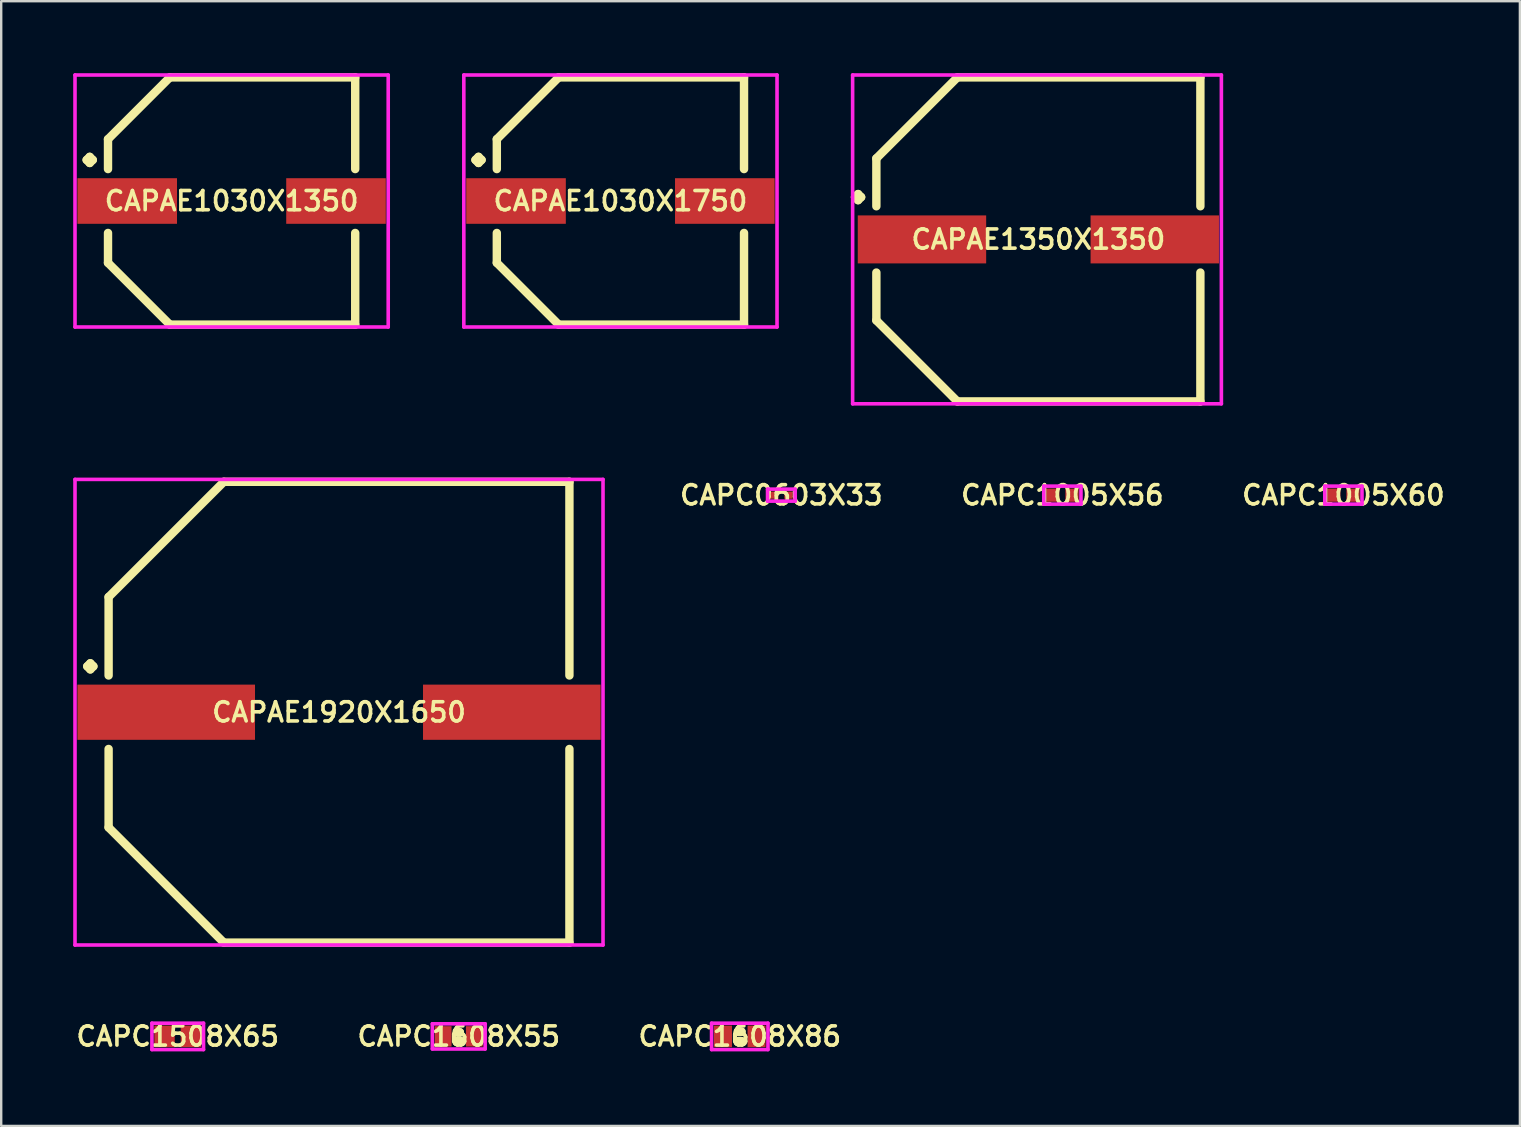
<source format=kicad_pcb>
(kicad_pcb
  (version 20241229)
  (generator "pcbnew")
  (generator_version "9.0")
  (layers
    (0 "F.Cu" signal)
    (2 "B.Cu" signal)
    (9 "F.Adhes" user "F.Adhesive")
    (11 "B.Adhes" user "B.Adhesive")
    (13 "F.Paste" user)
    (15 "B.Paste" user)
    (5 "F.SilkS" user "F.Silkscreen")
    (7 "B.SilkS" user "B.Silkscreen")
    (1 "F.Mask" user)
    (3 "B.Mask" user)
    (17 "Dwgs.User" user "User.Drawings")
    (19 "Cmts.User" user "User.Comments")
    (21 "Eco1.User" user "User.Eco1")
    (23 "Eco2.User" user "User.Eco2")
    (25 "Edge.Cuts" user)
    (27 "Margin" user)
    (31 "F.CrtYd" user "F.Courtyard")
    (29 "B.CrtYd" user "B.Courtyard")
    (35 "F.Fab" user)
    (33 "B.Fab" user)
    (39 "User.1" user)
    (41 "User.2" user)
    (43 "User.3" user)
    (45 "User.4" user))
  (footprint "CAPC1005X56"
    (layer "F.Cu")
    (at 41.214 17.581)
    (property "Reference" "CAPC1005X56" (at 0 0 0) (layer "F.SilkS") (effects (font (size 0.8 0.8) (thickness 0.15))))
    (attr smd)
    (fp_line (start -0.775 -0.375) (end 0.775 -0.375) (stroke (width 0.15) (type solid)) (layer "F.CrtYd"))
    (fp_line (start -0.775 0.375) (end -0.775 -0.375) (stroke (width 0.15) (type solid)) (layer "F.CrtYd"))
    (fp_line (start 0.775 -0.375) (end 0.775 0.375) (stroke (width 0.15) (type solid)) (layer "F.CrtYd"))
    (fp_line (start 0.775 0.375) (end -0.775 0.375) (stroke (width 0.15) (type solid)) (layer "F.CrtYd"))
    (pad "1" smd rect (at -0.4 0) (size 0.55 0.55) (layers "F.Cu" "F.Mask" "F.Paste"))
    (pad "2" smd rect (at 0.4 0) (size 0.55 0.55) (layers "F.Cu" "F.Mask" "F.Paste")))
  (footprint "CAPAE1030X1750"
    (layer "F.Cu")
    (at 22.8 5.325)
    (property "Reference" "CAPAE1030X1750" (at 0 0 0) (layer "F.SilkS") (effects (font (size 0.8 0.8) (thickness 0.15))))
    (attr smd)
    (fp_line (start -6.039 -1.712) (end -5.912 -1.839) (stroke (width 0.35) (type solid)) (layer "F.SilkS"))
    (fp_line (start -5.912 -1.839) (end -5.785 -1.712) (stroke (width 0.35) (type solid)) (layer "F.SilkS"))
    (fp_line (start -5.912 -1.585) (end -6.039 -1.712) (stroke (width 0.35) (type solid)) (layer "F.SilkS"))
    (fp_line (start -5.785 -1.712) (end -5.912 -1.585) (stroke (width 0.35) (type solid)) (layer "F.SilkS"))
    (fp_line (start -5.15 -2.575) (end -5.15 -1.331) (stroke (width 0.35) (type solid)) (layer "F.SilkS"))
    (fp_line (start -5.15 2.575) (end -5.15 1.331) (stroke (width 0.35) (type solid)) (layer "F.SilkS"))
    (fp_line (start -2.575 -5.15) (end -5.15 -2.575) (stroke (width 0.35) (type solid)) (layer "F.SilkS"))
    (fp_line (start -2.575 5.15) (end -5.15 2.575) (stroke (width 0.35) (type solid)) (layer "F.SilkS"))
    (fp_line (start 5.15 -5.15) (end -2.575 -5.15) (stroke (width 0.35) (type solid)) (layer "F.SilkS"))
    (fp_line (start 5.15 -1.331) (end 5.15 -5.15) (stroke (width 0.35) (type solid)) (layer "F.SilkS"))
    (fp_line (start 5.15 1.331) (end 5.15 5.15) (stroke (width 0.35) (type solid)) (layer "F.SilkS"))
    (fp_line (start 5.15 5.15) (end -2.575 5.15) (stroke (width 0.35) (type solid)) (layer "F.SilkS"))
    (fp_line (start -6.525 -5.25) (end 6.525 -5.25) (stroke (width 0.15) (type solid)) (layer "F.CrtYd"))
    (fp_line (start -6.525 5.25) (end -6.525 -5.25) (stroke (width 0.15) (type solid)) (layer "F.CrtYd"))
    (fp_line (start 6.525 -5.25) (end 6.525 5.25) (stroke (width 0.15) (type solid)) (layer "F.CrtYd"))
    (fp_line (start 6.525 5.25) (end -6.525 5.25) (stroke (width 0.15) (type solid)) (layer "F.CrtYd"))
    (pad "1" smd rect (at -4.35 0) (size 4.15 1.9) (layers "F.Cu" "F.Mask" "F.Paste"))
    (pad "2" smd rect (at 4.35 0) (size 4.15 1.9) (layers "F.Cu" "F.Mask" "F.Paste")))
  (footprint "CAPAE1030X1350"
    (layer "F.Cu")
    (at 6.6 5.325)
    (property "Reference" "CAPAE1030X1350" (at 0 0 0) (layer "F.SilkS") (effects (font (size 0.8 0.8) (thickness 0.15))))
    (attr smd)
    (fp_line (start -6.039 -1.712) (end -5.912 -1.839) (stroke (width 0.35) (type solid)) (layer "F.SilkS"))
    (fp_line (start -5.912 -1.839) (end -5.785 -1.712) (stroke (width 0.35) (type solid)) (layer "F.SilkS"))
    (fp_line (start -5.912 -1.585) (end -6.039 -1.712) (stroke (width 0.35) (type solid)) (layer "F.SilkS"))
    (fp_line (start -5.785 -1.712) (end -5.912 -1.585) (stroke (width 0.35) (type solid)) (layer "F.SilkS"))
    (fp_line (start -5.15 -2.575) (end -5.15 -1.331) (stroke (width 0.35) (type solid)) (layer "F.SilkS"))
    (fp_line (start -5.15 2.575) (end -5.15 1.331) (stroke (width 0.35) (type solid)) (layer "F.SilkS"))
    (fp_line (start -2.575 -5.15) (end -5.15 -2.575) (stroke (width 0.35) (type solid)) (layer "F.SilkS"))
    (fp_line (start -2.575 5.15) (end -5.15 2.575) (stroke (width 0.35) (type solid)) (layer "F.SilkS"))
    (fp_line (start 5.15 -5.15) (end -2.575 -5.15) (stroke (width 0.35) (type solid)) (layer "F.SilkS"))
    (fp_line (start 5.15 -1.331) (end 5.15 -5.15) (stroke (width 0.35) (type solid)) (layer "F.SilkS"))
    (fp_line (start 5.15 1.331) (end 5.15 5.15) (stroke (width 0.35) (type solid)) (layer "F.SilkS"))
    (fp_line (start 5.15 5.15) (end -2.575 5.15) (stroke (width 0.35) (type solid)) (layer "F.SilkS"))
    (fp_line (start -6.525 -5.25) (end 6.525 -5.25) (stroke (width 0.15) (type solid)) (layer "F.CrtYd"))
    (fp_line (start -6.525 5.25) (end -6.525 -5.25) (stroke (width 0.15) (type solid)) (layer "F.CrtYd"))
    (fp_line (start 6.525 -5.25) (end 6.525 5.25) (stroke (width 0.15) (type solid)) (layer "F.CrtYd"))
    (fp_line (start 6.525 5.25) (end -6.525 5.25) (stroke (width 0.15) (type solid)) (layer "F.CrtYd"))
    (pad "1" smd rect (at -4.35 0) (size 4.15 1.9) (layers "F.Cu" "F.Mask" "F.Paste"))
    (pad "2" smd rect (at 4.35 0) (size 4.15 1.9) (layers "F.Cu" "F.Mask" "F.Paste")))
  (footprint "CAPC1005X60"
    (layer "F.Cu")
    (at 52.923 17.581)
    (property "Reference" "CAPC1005X60" (at 0 0 0) (layer "F.SilkS") (effects (font (size 0.8 0.8) (thickness 0.15))))
    (attr through_hole)
    (fp_line (start -0.775 -0.375) (end 0.775 -0.375) (stroke (width 0.15) (type solid)) (layer "F.CrtYd"))
    (fp_line (start -0.775 0.375) (end -0.775 -0.375) (stroke (width 0.15) (type solid)) (layer "F.CrtYd"))
    (fp_line (start 0.775 -0.375) (end 0.775 0.375) (stroke (width 0.15) (type solid)) (layer "F.CrtYd"))
    (fp_line (start 0.775 0.375) (end -0.775 0.375) (stroke (width 0.15) (type solid)) (layer "F.CrtYd"))
    (pad "1" smd rect (at -0.4 0) (size 0.55 0.55) (layers "F.Cu" "F.Mask" "F.Paste"))
    (pad "2" smd rect (at 0.4 0) (size 0.55 0.55) (layers "F.Cu" "F.Mask" "F.Paste")))
  (footprint "CAPC0603X33"
    (layer "F.Cu")
    (at 29.505 17.581)
    (property "Reference" "CAPC0603X33" (at 0 0 0) (layer "F.SilkS") (effects (font (size 0.8 0.8) (thickness 0.15))))
    (attr smd)
    (fp_line (start -0.575 -0.25) (end 0.575 -0.25) (stroke (width 0.15) (type solid)) (layer "F.CrtYd"))
    (fp_line (start -0.575 0.25) (end -0.575 -0.25) (stroke (width 0.15) (type solid)) (layer "F.CrtYd"))
    (fp_line (start 0.575 -0.25) (end 0.575 0.25) (stroke (width 0.15) (type solid)) (layer "F.CrtYd"))
    (fp_line (start 0.575 0.25) (end -0.575 0.25) (stroke (width 0.15) (type solid)) (layer "F.CrtYd"))
    (pad "1" smd rect (at -0.3 0) (size 0.35 0.3) (layers "F.Cu" "F.Mask" "F.Paste"))
    (pad "2" smd rect (at 0.3 0) (size 0.35 0.3) (layers "F.Cu" "F.Mask" "F.Paste")))
  (footprint "CAPAE1920X1650"
    (layer "F.Cu")
    (at 11.075 26.625)
    (property "Reference" "CAPAE1920X1650" (at 0 0 0) (layer "F.SilkS") (effects (font (size 0.8 0.8) (thickness 0.15))))
    (attr smd)
    (fp_line (start -10.489 -1.912) (end -10.362 -2.039) (stroke (width 0.35) (type solid)) (layer "F.SilkS"))
    (fp_line (start -10.362 -2.039) (end -10.235 -1.912) (stroke (width 0.35) (type solid)) (layer "F.SilkS"))
    (fp_line (start -10.362 -1.785) (end -10.489 -1.912) (stroke (width 0.35) (type solid)) (layer "F.SilkS"))
    (fp_line (start -10.235 -1.912) (end -10.362 -1.785) (stroke (width 0.35) (type solid)) (layer "F.SilkS"))
    (fp_line (start -9.6 -4.8) (end -9.6 -1.531) (stroke (width 0.35) (type solid)) (layer "F.SilkS"))
    (fp_line (start -9.6 4.8) (end -9.6 1.531) (stroke (width 0.35) (type solid)) (layer "F.SilkS"))
    (fp_line (start -4.8 -9.6) (end -9.6 -4.8) (stroke (width 0.35) (type solid)) (layer "F.SilkS"))
    (fp_line (start -4.8 9.6) (end -9.6 4.8) (stroke (width 0.35) (type solid)) (layer "F.SilkS"))
    (fp_line (start 9.6 -9.6) (end -4.8 -9.6) (stroke (width 0.35) (type solid)) (layer "F.SilkS"))
    (fp_line (start 9.6 -1.531) (end 9.6 -9.6) (stroke (width 0.35) (type solid)) (layer "F.SilkS"))
    (fp_line (start 9.6 1.531) (end 9.6 9.6) (stroke (width 0.35) (type solid)) (layer "F.SilkS"))
    (fp_line (start 9.6 9.6) (end -4.8 9.6) (stroke (width 0.35) (type solid)) (layer "F.SilkS"))
    (fp_line (start -11 -9.7) (end 11 -9.7) (stroke (width 0.15) (type solid)) (layer "F.CrtYd"))
    (fp_line (start -11 9.7) (end -11 -9.7) (stroke (width 0.15) (type solid)) (layer "F.CrtYd"))
    (fp_line (start 11 -9.7) (end 11 9.7) (stroke (width 0.15) (type solid)) (layer "F.CrtYd"))
    (fp_line (start 11 9.7) (end -11 9.7) (stroke (width 0.15) (type solid)) (layer "F.CrtYd"))
    (pad "1" smd rect (at -7.2 0) (size 7.4 2.3) (layers "F.Cu" "F.Mask" "F.Paste"))
    (pad "2" smd rect (at 7.2 0) (size 7.4 2.3) (layers "F.Cu" "F.Mask" "F.Paste")))
  (footprint "CAPC1608X86"
    (layer "F.Cu")
    (at 27.773 40.131)
    (property "Reference" "CAPC1608X86" (at 0 0 0) (layer "F.SilkS") (effects (font (size 0.8 0.8) (thickness 0.15))))
    (attr through_hole)
    (fp_line (start -0.071 -0.196) (end 0.071 -0.196) (stroke (width 0.35) (type solid)) (layer "F.SilkS"))
    (fp_line (start -0.071 0.196) (end 0.071 0.196) (stroke (width 0.35) (type solid)) (layer "F.SilkS"))
    (fp_line (start 0.071 -0.196) (end -0.071 -0.196) (stroke (width 0.35) (type solid)) (layer "F.SilkS"))
    (fp_line (start 0.071 0.196) (end -0.071 0.196) (stroke (width 0.35) (type solid)) (layer "F.SilkS"))
    (fp_line (start -1.175 -0.55) (end 1.175 -0.55) (stroke (width 0.15) (type solid)) (layer "F.CrtYd"))
    (fp_line (start -1.175 0.55) (end -1.175 -0.55) (stroke (width 0.15) (type solid)) (layer "F.CrtYd"))
    (fp_line (start 1.175 -0.55) (end 1.175 0.55) (stroke (width 0.15) (type solid)) (layer "F.CrtYd"))
    (fp_line (start 1.175 0.55) (end -1.175 0.55) (stroke (width 0.15) (type solid)) (layer "F.CrtYd"))
    (pad "1" smd rect (at -0.7 0) (size 0.75 0.9) (layers "F.Cu" "F.Mask" "F.Paste"))
    (pad "2" smd rect (at 0.7 0) (size 0.75 0.9) (layers "F.Cu" "F.Mask" "F.Paste")))
  (footprint "CAPC1608X55"
    (layer "F.Cu")
    (at 16.064 40.131)
    (property "Reference" "CAPC1608X55" (at 0 0 0) (layer "F.SilkS") (effects (font (size 0.8 0.8) (thickness 0.15))))
    (attr through_hole)
    (fp_line (start -0.046 -0.171) (end 0.046 -0.171) (stroke (width 0.35) (type solid)) (layer "F.SilkS"))
    (fp_line (start -0.046 0.171) (end 0.046 0.171) (stroke (width 0.35) (type solid)) (layer "F.SilkS"))
    (fp_line (start 0.046 -0.171) (end -0.046 -0.171) (stroke (width 0.35) (type solid)) (layer "F.SilkS"))
    (fp_line (start 0.046 0.171) (end -0.046 0.171) (stroke (width 0.35) (type solid)) (layer "F.SilkS"))
    (fp_line (start -1.1 -0.525) (end 1.1 -0.525) (stroke (width 0.15) (type solid)) (layer "F.CrtYd"))
    (fp_line (start -1.1 0.525) (end -1.1 -0.525) (stroke (width 0.15) (type solid)) (layer "F.CrtYd"))
    (fp_line (start 1.1 -0.525) (end 1.1 0.525) (stroke (width 0.15) (type solid)) (layer "F.CrtYd"))
    (fp_line (start 1.1 0.525) (end -1.1 0.525) (stroke (width 0.15) (type solid)) (layer "F.CrtYd"))
    (pad "1" smd rect (at -0.65 0) (size 0.7 0.85) (layers "F.Cu" "F.Mask" "F.Paste"))
    (pad "2" smd rect (at 0.65 0) (size 0.7 0.85) (layers "F.Cu" "F.Mask" "F.Paste")))
  (footprint "CAPC1508X65"
    (layer "F.Cu")
    (at 4.355 40.131)
    (property "Reference" "CAPC1508X65" (at 0 0 0) (layer "F.SilkS") (effects (font (size 0.8 0.8) (thickness 0.15))))
    (attr smd)
    (fp_line (start -1.075 -0.55) (end 1.075 -0.55) (stroke (width 0.15) (type solid)) (layer "F.CrtYd"))
    (fp_line (start -1.075 0.55) (end -1.075 -0.55) (stroke (width 0.15) (type solid)) (layer "F.CrtYd"))
    (fp_line (start 1.075 -0.55) (end 1.075 0.55) (stroke (width 0.15) (type solid)) (layer "F.CrtYd"))
    (fp_line (start 1.075 0.55) (end -1.075 0.55) (stroke (width 0.15) (type solid)) (layer "F.CrtYd"))
    (pad "1" smd rect (at -0.55 0) (size 0.85 0.9) (layers "F.Cu" "F.Mask" "F.Paste"))
    (pad "2" smd rect (at 0.55 0) (size 0.85 0.9) (layers "F.Cu" "F.Mask" "F.Paste")))
  (footprint "CAPAE1350X1350"
    (layer "F.Cu")
    (at 40.214 6.925)
    (property "Reference" "CAPAE1350X1350" (at 0 0 0) (layer "F.SilkS") (effects (font (size 0.8 0.8) (thickness 0.15))))
    (attr smd)
    (fp_line (start -7.639 -1.762) (end -7.512 -1.889) (stroke (width 0.35) (type solid)) (layer "F.SilkS"))
    (fp_line (start -7.512 -1.889) (end -7.385 -1.762) (stroke (width 0.35) (type solid)) (layer "F.SilkS"))
    (fp_line (start -7.512 -1.635) (end -7.639 -1.762) (stroke (width 0.35) (type solid)) (layer "F.SilkS"))
    (fp_line (start -7.385 -1.762) (end -7.512 -1.635) (stroke (width 0.35) (type solid)) (layer "F.SilkS"))
    (fp_line (start -6.75 -3.375) (end -6.75 -1.381) (stroke (width 0.35) (type solid)) (layer "F.SilkS"))
    (fp_line (start -6.75 3.375) (end -6.75 1.381) (stroke (width 0.35) (type solid)) (layer "F.SilkS"))
    (fp_line (start -3.375 -6.75) (end -6.75 -3.375) (stroke (width 0.35) (type solid)) (layer "F.SilkS"))
    (fp_line (start -3.375 6.75) (end -6.75 3.375) (stroke (width 0.35) (type solid)) (layer "F.SilkS"))
    (fp_line (start 6.75 -6.75) (end -3.375 -6.75) (stroke (width 0.35) (type solid)) (layer "F.SilkS"))
    (fp_line (start 6.75 -1.381) (end 6.75 -6.75) (stroke (width 0.35) (type solid)) (layer "F.SilkS"))
    (fp_line (start 6.75 1.381) (end 6.75 6.75) (stroke (width 0.35) (type solid)) (layer "F.SilkS"))
    (fp_line (start 6.75 6.75) (end -3.375 6.75) (stroke (width 0.35) (type solid)) (layer "F.SilkS"))
    (fp_line (start -7.739 -6.85) (end 7.625 -6.85) (stroke (width 0.15) (type solid)) (layer "F.CrtYd"))
    (fp_line (start -7.739 6.85) (end -7.739 -6.85) (stroke (width 0.15) (type solid)) (layer "F.CrtYd"))
    (fp_line (start 7.625 -6.85) (end 7.625 6.85) (stroke (width 0.15) (type solid)) (layer "F.CrtYd"))
    (fp_line (start 7.625 6.85) (end -7.739 6.85) (stroke (width 0.15) (type solid)) (layer "F.CrtYd"))
    (pad "1" smd rect (at -4.85 0) (size 5.35 2) (layers "F.Cu" "F.Mask" "F.Paste"))
    (pad "2" smd rect (at 4.85 0) (size 5.35 2) (layers "F.Cu" "F.Mask" "F.Paste")))
  (gr_rect
    (start -3 -3)
    (end 60.277 43.862)
    (stroke (width 0.1) (type default))
    (fill no)
    (layer "Edge.Cuts")))
</source>
